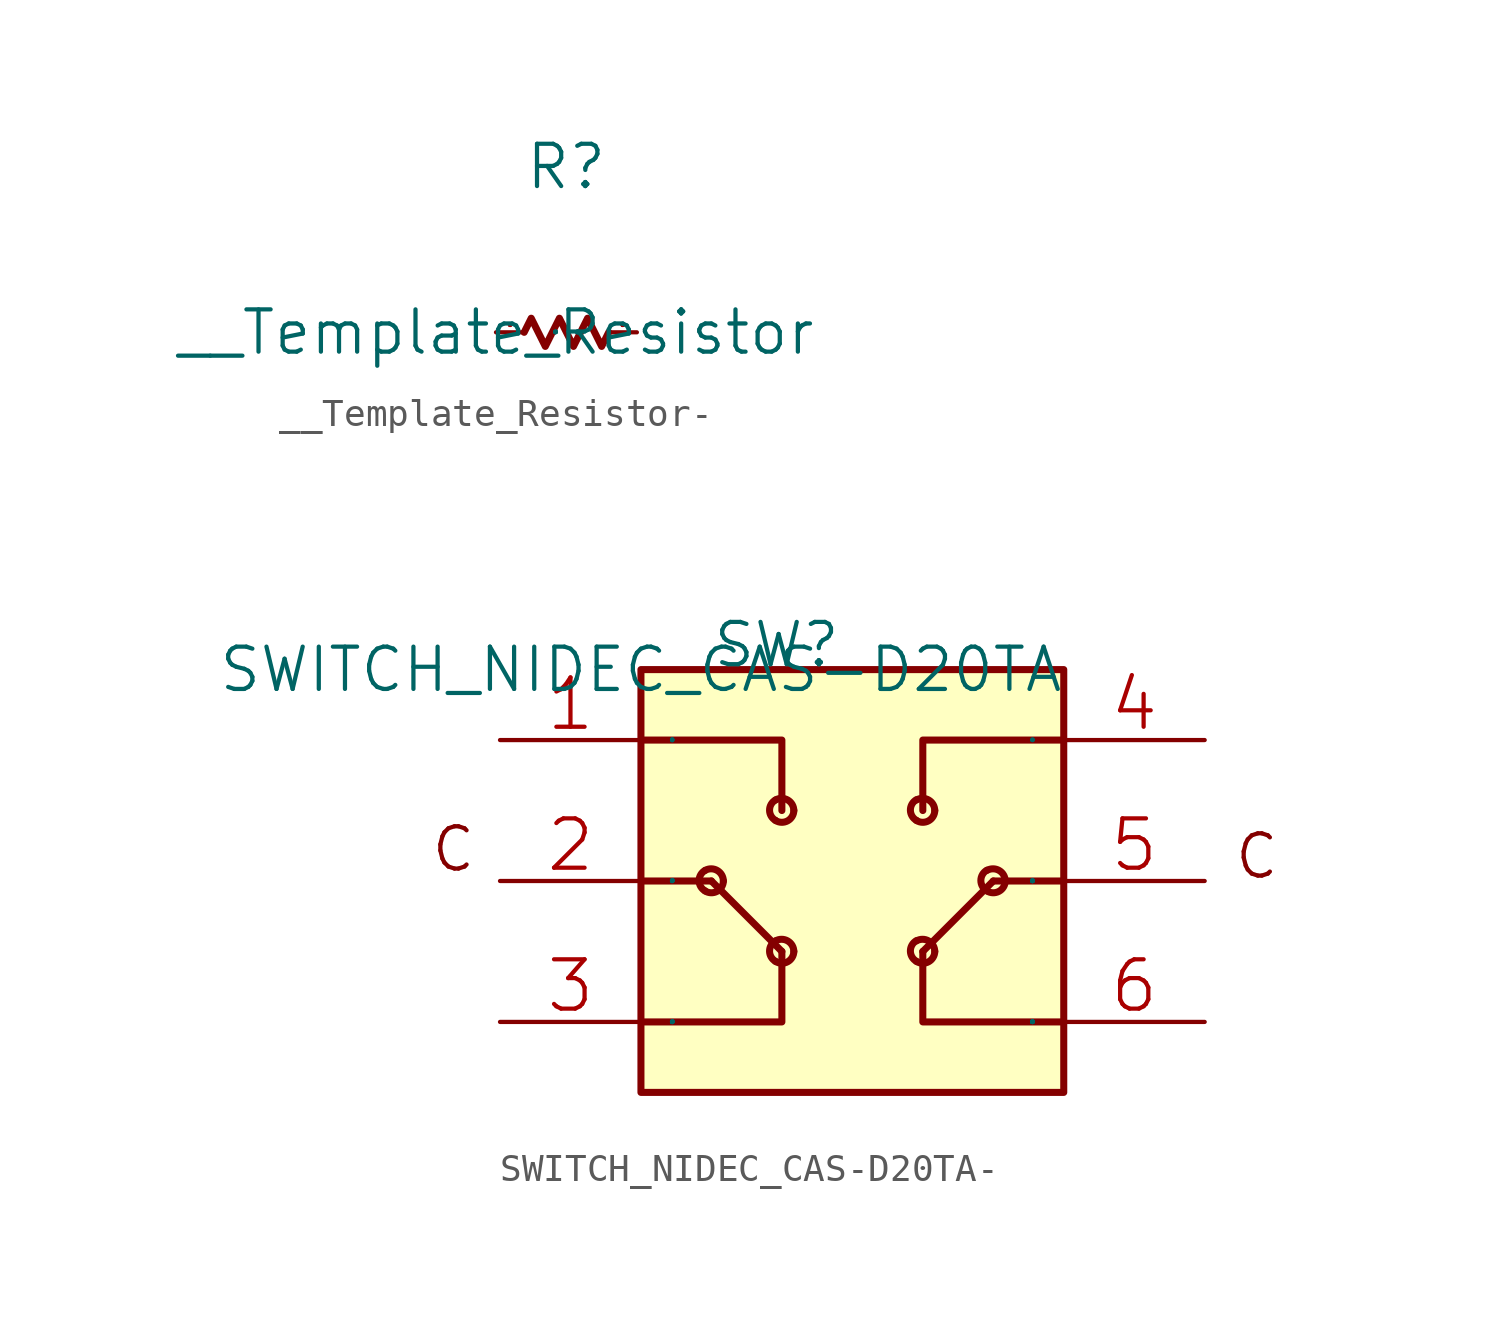
<source format=kicad_sym>
(kicad_symbol_lib
  (version 20220914)
  (generator kicad_symbol_editor)
  (symbol "__Template_Resistor-"
    (pin_names
      (offset 1.016))
    (property "Reference" "R"
      (at 1.016 5.08 0)
      (effects (font (size 1.524 1.524)) (justify left bottom)))
    (property "Value" "__Template_Resistor"
      (at 0 0 0)
      (effects (font (size 1.524 1.524))))
    (property "Footprint" ""
      (at 0 0 0)
      (effects (font (size 1.524 1.524))))
    (property "Datasheet" ""
      (at 0 0 0)
      (effects (font (size 1.524 1.524))))
    (symbol "__Template_Resistor-_0_1"
      (polyline (pts (xy 1.016 0) (xy 1.27 0.508) (xy 1.778 -0.508) (xy 2.286 0.508) (xy 2.794 -0.508) (xy 3.302 0.508) (xy 3.81 -0.508) (xy 4.064 0)) (stroke (width 0.254) (type solid)) (fill (type none)))
      (pin passive line (at 0 0 0) (length 1.016) (name "P" (effects (font (size 0.025 0.025)))) (number "1" (effects (font (size 0.025 0.025)))))
      (pin passive line (at 5.08 0 180) (length 1.016) (name "P" (effects (font (size 0.025 0.025)))) (number "2" (effects (font (size 0.025 0.025)))))))
  (symbol "SWITCH_NIDEC_CAS-D20TA-"
    (pin_names
      (offset 1.016))
    (property "Reference" "SW"
      (at 2.54 0 0)
      (effects (font (size 1.524 1.524)) (justify left bottom)))
    (property "Value" "SWITCH_NIDEC_CAS-D20TA"
      (at 0 0 0)
      (effects (font (size 1.524 1.524))))
    (property "Footprint" ""
      (at 0 0 0)
      (effects (font (size 1.524 1.524))))
    (property "Datasheet" ""
      (at 0 0 0)
      (effects (font (size 1.524 1.524))))
    (symbol "SWITCH_NIDEC_CAS-D20TA-_0_1"
      (rectangle (start 0 -15.24) (end 15.24 0) (stroke (width 0.254) (type solid)) (fill (type background)))
      (polyline (pts (xy 0 -7.62) (xy 2.54 -7.62)) (stroke (width 0.254) (type solid)) (fill (type none)))
      (polyline (pts (xy 5.08 -10.16) (xy 2.54 -7.62)) (stroke (width 0.254) (type solid)) (fill (type none)))
      (polyline (pts (xy 12.7 -7.62) (xy 10.16 -10.16)) (stroke (width 0.254) (type solid)) (fill (type none)))
      (polyline (pts (xy 15.24 -7.62) (xy 12.7 -7.62)) (stroke (width 0.254) (type solid)) (fill (type none)))
      (polyline (pts (xy 0 -12.7) (xy 5.08 -12.7) (xy 5.08 -10.16)) (stroke (width 0.254) (type solid)) (fill (type none)))
      (polyline (pts (xy 0 -2.54) (xy 5.08 -2.54) (xy 5.08 -5.08)) (stroke (width 0.254) (type solid)) (fill (type none)))
      (polyline (pts (xy 15.24 -12.7) (xy 10.16 -12.7) (xy 10.16 -10.16)) (stroke (width 0.254) (type solid)) (fill (type none)))
      (polyline (pts (xy 15.24 -2.54) (xy 10.16 -2.54) (xy 10.16 -5.08)) (stroke (width 0.254) (type solid)) (fill (type none)))
      (pin passive line (at -5.08 -2.54 0) (length 5.08) (name "1" (effects (font (size 0.025 0.025)))) (number "1" (effects (font (size 1.778 1.778)))))
      (pin passive line (at -5.08 -7.62 0) (length 5.08) (name "2" (effects (font (size 0.025 0.025)))) (number "2" (effects (font (size 1.778 1.778)))))
      (pin passive line (at -5.08 -12.7 0) (length 5.08) (name "3" (effects (font (size 0.025 0.025)))) (number "3" (effects (font (size 1.778 1.778)))))
      (pin passive line (at 20.32 -2.54 180) (length 5.08) (name "4" (effects (font (size 0.025 0.025)))) (number "4" (effects (font (size 1.778 1.778)))))
      (pin passive line (at 20.32 -7.62 180) (length 5.08) (name "5" (effects (font (size 0.025 0.025)))) (number "5" (effects (font (size 1.778 1.778)))))
      (pin passive line (at 20.32 -12.7 180) (length 5.08) (name "6" (effects (font (size 0.025 0.025)))) (number "6" (effects (font (size 1.778 1.778))))))
    (symbol "SWITCH_NIDEC_CAS-D20TA-_1_1"
      (arc (start 2.3114 -7.9756) (mid 2.7426 -7.991) (end 2.9718 -7.62) (stroke (width 0.254) (type solid)) (fill (type none)))
      (arc (start 2.3114 -7.239) (mid 2.0957 -7.6131) (end 2.3114 -7.9756) (stroke (width 0.254) (type solid)) (fill (type none)))
      (arc (start 2.9718 -7.62) (mid 2.7527 -7.2442) (end 2.3114 -7.239) (stroke (width 0.254) (type solid)) (fill (type none)))
      (arc (start 4.8514 -10.5156) (mid 5.2826 -10.531) (end 5.5118 -10.16) (stroke (width 0.254) (type solid)) (fill (type none)))
      (arc (start 4.8514 -9.779) (mid 4.6357 -10.1531) (end 4.8514 -10.5156) (stroke (width 0.254) (type solid)) (fill (type none)))
      (arc (start 4.8514 -5.4356) (mid 5.2826 -5.451) (end 5.5118 -5.08) (stroke (width 0.254) (type solid)) (fill (type none)))
      (arc (start 4.8514 -4.699) (mid 4.6357 -5.0731) (end 4.8514 -5.4356) (stroke (width 0.254) (type solid)) (fill (type none)))
      (arc (start 5.5118 -10.16) (mid 5.2927 -9.7842) (end 4.8514 -9.779) (stroke (width 0.254) (type solid)) (fill (type none)))
      (arc (start 5.5118 -5.08) (mid 5.2927 -4.7042) (end 4.8514 -4.699) (stroke (width 0.254) (type solid)) (fill (type none)))
      (arc (start 9.9314 -10.5156) (mid 10.3626 -10.531) (end 10.5918 -10.16) (stroke (width 0.254) (type solid)) (fill (type none)))
      (arc (start 9.9314 -9.779) (mid 9.7157 -10.1531) (end 9.9314 -10.5156) (stroke (width 0.254) (type solid)) (fill (type none)))
      (arc (start 9.9314 -5.4356) (mid 10.3626 -5.451) (end 10.5918 -5.08) (stroke (width 0.254) (type solid)) (fill (type none)))
      (arc (start 9.9314 -4.699) (mid 9.7157 -5.0731) (end 9.9314 -5.4356) (stroke (width 0.254) (type solid)) (fill (type none)))
      (arc (start 10.5918 -10.16) (mid 10.3727 -9.7842) (end 9.9314 -9.779) (stroke (width 0.254) (type solid)) (fill (type none)))
      (arc (start 10.5918 -5.08) (mid 10.3727 -4.7042) (end 9.9314 -4.699) (stroke (width 0.254) (type solid)) (fill (type none)))
      (arc (start 12.4714 -7.9756) (mid 12.9026 -7.991) (end 13.1318 -7.62) (stroke (width 0.254) (type solid)) (fill (type none)))
      (arc (start 12.4714 -7.239) (mid 12.2557 -7.6131) (end 12.4714 -7.9756) (stroke (width 0.254) (type solid)) (fill (type none)))
      (arc (start 13.1318 -7.62) (mid 12.9127 -7.2442) (end 12.4714 -7.239) (stroke (width 0.254) (type solid)) (fill (type none)))
      (text "C" (at -7.62 -7.366 0) (effects (font (size 1.524 1.524)) (justify left bottom)))
      (text "C" (at 21.336 -7.62 0) (effects (font (size 1.524 1.524)) (justify left bottom))))))
</source>
